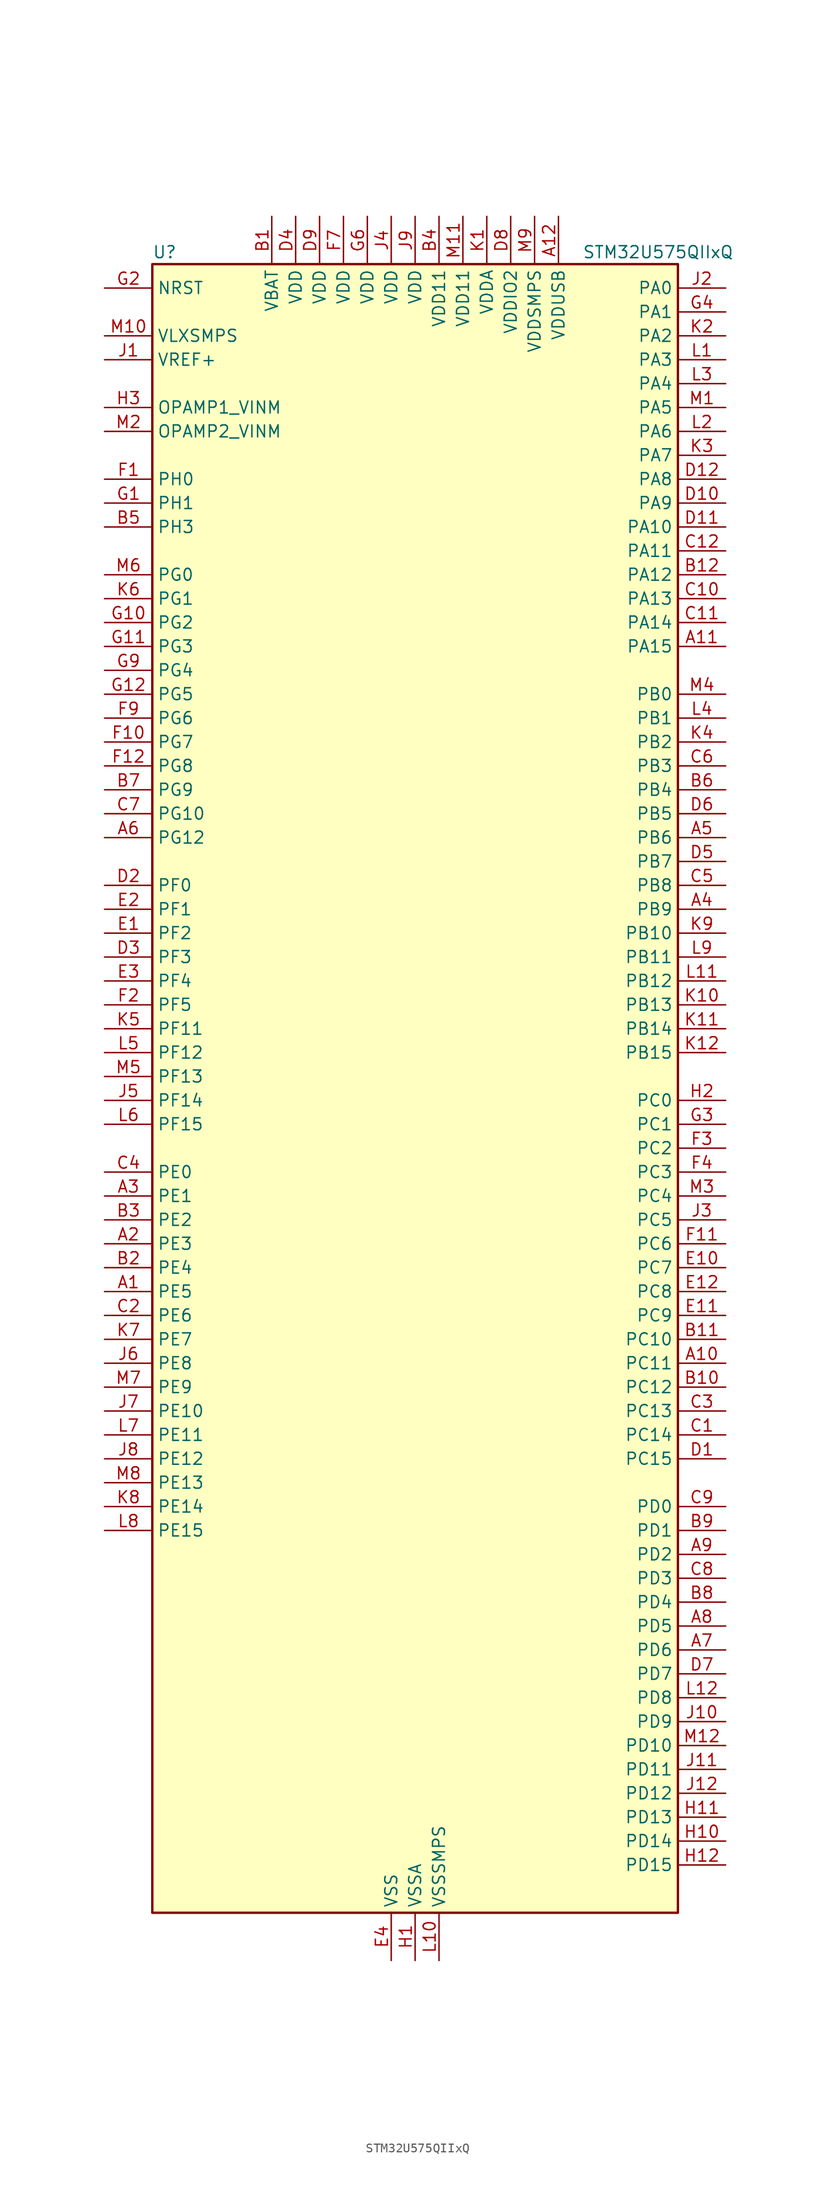
<source format=kicad_sym>
(kicad_symbol_lib
  (version 20220914)
  (generator kicad_symbol_editor)
  (symbol "STM32U575QIIxQ"
    (property "Reference" "U"
      (at -27.94 90.17 0)
      (effects (font (size 1.27 1.27)) (justify left)))
    (property "Value" "STM32U575QIIxQ"
      (at 17.78 90.17 0)
      (effects (font (size 1.27 1.27)) (justify left)))
    (property "ki_locked" ""
      (at 0 0 0)
      (effects (font (size 1.27 1.27))))
    (symbol "STM32U575QIIxQ_0_1"
      (rectangle (start -27.94 -86.36) (end 27.94 88.9) (stroke (width 0.254) (type default)) (fill (type background))))
    (symbol "STM32U575QIIxQ_1_1"
      (pin bidirectional line (at -33.02 -20.32 0) (length 5.08) (name "PE5" (effects (font (size 1.27 1.27)))) (number "A1" (effects (font (size 1.27 1.27)))) (alternate "DCMI_D6" bidirectional line) (alternate "DEBUG_TRACED2" bidirectional line) (alternate "FMC_A21" bidirectional line) (alternate "MDF1_CKI3" bidirectional line) (alternate "PSSI_D6" bidirectional line) (alternate "PWR_WKUP2" bidirectional line) (alternate "SAI1_CK2" bidirectional line) (alternate "SAI1_SCK_A" bidirectional line) (alternate "TAMP_IN8" bidirectional line) (alternate "TAMP_OUT7" bidirectional line) (alternate "TIM3_CH3" bidirectional line) (alternate "TSC_G7_IO4" bidirectional line))
      (pin bidirectional line (at 33.02 -27.94 180) (length 5.08) (name "PC11" (effects (font (size 1.27 1.27)))) (number "A10" (effects (font (size 1.27 1.27)))) (alternate "ADC1_EXTI11" bidirectional line) (alternate "ADF1_SDI0" bidirectional line) (alternate "DCMI_D2" bidirectional line) (alternate "DCMI_D4" bidirectional line) (alternate "LPTIM3_IN1" bidirectional line) (alternate "OCTOSPIM_P1_NCS" bidirectional line) (alternate "PSSI_D2" bidirectional line) (alternate "PSSI_D4" bidirectional line) (alternate "SAI2_MCLK_B" bidirectional line) (alternate "SDMMC1_D3" bidirectional line) (alternate "SPI3_MISO" bidirectional line) (alternate "TSC_G3_IO3" bidirectional line) (alternate "UART4_RX" bidirectional line) (alternate "UCPD1_FRSTX2" bidirectional line) (alternate "USART3_RX" bidirectional line))
      (pin bidirectional line (at 33.02 48.26 180) (length 5.08) (name "PA15" (effects (font (size 1.27 1.27)))) (number "A11" (effects (font (size 1.27 1.27)))) (alternate "ADC1_EXTI15" bidirectional line) (alternate "ADC4_EXTI15" bidirectional line) (alternate "DEBUG_JTDI" bidirectional line) (alternate "SAI2_FS_B" bidirectional line) (alternate "SPI1_NSS" bidirectional line) (alternate "SPI3_NSS" bidirectional line) (alternate "TIM2_CH1" bidirectional line) (alternate "TIM2_ETR" bidirectional line) (alternate "UART4_DE" bidirectional line) (alternate "UART4_RTS" bidirectional line) (alternate "UCPD1_CC1" bidirectional line) (alternate "USART2_RX" bidirectional line) (alternate "USART3_DE" bidirectional line) (alternate "USART3_RTS" bidirectional line))
      (pin power_in line (at 15.24 93.98 270) (length 5.08) (name "VDDUSB" (effects (font (size 1.27 1.27)))) (number "A12" (effects (font (size 1.27 1.27)))))
      (pin bidirectional line (at -33.02 -15.24 0) (length 5.08) (name "PE3" (effects (font (size 1.27 1.27)))) (number "A2" (effects (font (size 1.27 1.27)))) (alternate "DEBUG_TRACED0" bidirectional line) (alternate "FMC_A19" bidirectional line) (alternate "OCTOSPIM_P1_DQS" bidirectional line) (alternate "SAI1_SD_B" bidirectional line) (alternate "TAMP_IN6" bidirectional line) (alternate "TAMP_OUT3" bidirectional line) (alternate "TIM3_CH1" bidirectional line) (alternate "TSC_G7_IO2" bidirectional line))
      (pin bidirectional line (at -33.02 -10.16 0) (length 5.08) (name "PE1" (effects (font (size 1.27 1.27)))) (number "A3" (effects (font (size 1.27 1.27)))) (alternate "DCMI_D3" bidirectional line) (alternate "FMC_NBL1" bidirectional line) (alternate "PSSI_D3" bidirectional line) (alternate "TIM17_CH1" bidirectional line))
      (pin bidirectional line (at 33.02 20.32 180) (length 5.08) (name "PB9" (effects (font (size 1.27 1.27)))) (number "A4" (effects (font (size 1.27 1.27)))) (alternate "DAC1_EXTI9" bidirectional line) (alternate "DCMI_D7" bidirectional line) (alternate "FDCAN1_TX" bidirectional line) (alternate "I2C1_SDA" bidirectional line) (alternate "IR_OUT" bidirectional line) (alternate "PSSI_D7" bidirectional line) (alternate "SAI1_D2" bidirectional line) (alternate "SAI1_FS_A" bidirectional line) (alternate "SDMMC1_CDIR" bidirectional line) (alternate "SDMMC1_D5" bidirectional line) (alternate "SDMMC2_D5" bidirectional line) (alternate "SPI2_NSS" bidirectional line) (alternate "TIM17_CH1" bidirectional line) (alternate "TIM4_CH4" bidirectional line))
      (pin bidirectional line (at 33.02 27.94 180) (length 5.08) (name "PB6" (effects (font (size 1.27 1.27)))) (number "A5" (effects (font (size 1.27 1.27)))) (alternate "COMP2_INP" bidirectional line) (alternate "DCMI_D5" bidirectional line) (alternate "I2C1_SCL" bidirectional line) (alternate "I2C4_SCL" bidirectional line) (alternate "LPTIM1_ETR" bidirectional line) (alternate "MDF1_SDI5" bidirectional line) (alternate "PSSI_D5" bidirectional line) (alternate "PWR_WKUP3" bidirectional line) (alternate "SAI1_FS_B" bidirectional line) (alternate "TIM16_CH1N" bidirectional line) (alternate "TIM4_CH1" bidirectional line) (alternate "TIM8_BKIN2" bidirectional line) (alternate "TSC_G2_IO3" bidirectional line) (alternate "USART1_TX" bidirectional line))
      (pin bidirectional line (at -33.02 27.94 0) (length 5.08) (name "PG12" (effects (font (size 1.27 1.27)))) (number "A6" (effects (font (size 1.27 1.27)))) (alternate "FMC_NE4" bidirectional line) (alternate "LPTIM1_ETR" bidirectional line) (alternate "OCTOSPIM_P2_NCS" bidirectional line) (alternate "SAI2_SD_A" bidirectional line) (alternate "SPI3_NSS" bidirectional line) (alternate "USART1_DE" bidirectional line) (alternate "USART1_RTS" bidirectional line))
      (pin bidirectional line (at 33.02 -58.42 180) (length 5.08) (name "PD6" (effects (font (size 1.27 1.27)))) (number "A7" (effects (font (size 1.27 1.27)))) (alternate "DCMI_D10" bidirectional line) (alternate "FMC_NWAIT" bidirectional line) (alternate "MDF1_SDI1" bidirectional line) (alternate "OCTOSPIM_P1_IO6" bidirectional line) (alternate "PSSI_D10" bidirectional line) (alternate "SAI1_D1" bidirectional line) (alternate "SAI1_SD_A" bidirectional line) (alternate "SDMMC2_CK" bidirectional line) (alternate "SPI3_MOSI" bidirectional line) (alternate "USART2_RX" bidirectional line))
      (pin bidirectional line (at 33.02 -55.88 180) (length 5.08) (name "PD5" (effects (font (size 1.27 1.27)))) (number "A8" (effects (font (size 1.27 1.27)))) (alternate "FMC_NWE" bidirectional line) (alternate "OCTOSPIM_P1_IO5" bidirectional line) (alternate "SPI2_RDY" bidirectional line) (alternate "USART2_TX" bidirectional line))
      (pin bidirectional line (at 33.02 -48.26 180) (length 5.08) (name "PD2" (effects (font (size 1.27 1.27)))) (number "A9" (effects (font (size 1.27 1.27)))) (alternate "DCMI_D11" bidirectional line) (alternate "DEBUG_TRACED2" bidirectional line) (alternate "LPTIM4_ETR" bidirectional line) (alternate "PSSI_D11" bidirectional line) (alternate "SDMMC1_CMD" bidirectional line) (alternate "TIM3_ETR" bidirectional line) (alternate "TSC_SYNC" bidirectional line) (alternate "UART5_RX" bidirectional line) (alternate "USART3_DE" bidirectional line) (alternate "USART3_RTS" bidirectional line))
      (pin power_in line (at -15.24 93.98 270) (length 5.08) (name "VBAT" (effects (font (size 1.27 1.27)))) (number "B1" (effects (font (size 1.27 1.27)))))
      (pin bidirectional line (at 33.02 -30.48 180) (length 5.08) (name "PC12" (effects (font (size 1.27 1.27)))) (number "B10" (effects (font (size 1.27 1.27)))) (alternate "DCMI_D9" bidirectional line) (alternate "DEBUG_TRACED3" bidirectional line) (alternate "PSSI_D9" bidirectional line) (alternate "SAI2_SD_B" bidirectional line) (alternate "SDMMC1_CK" bidirectional line) (alternate "SPI3_MOSI" bidirectional line) (alternate "TSC_G3_IO4" bidirectional line) (alternate "UART5_TX" bidirectional line) (alternate "USART3_CK" bidirectional line))
      (pin bidirectional line (at 33.02 -25.4 180) (length 5.08) (name "PC10" (effects (font (size 1.27 1.27)))) (number "B11" (effects (font (size 1.27 1.27)))) (alternate "ADF1_CCK1" bidirectional line) (alternate "DCMI_D8" bidirectional line) (alternate "DEBUG_TRACED1" bidirectional line) (alternate "LPTIM3_ETR" bidirectional line) (alternate "PSSI_D8" bidirectional line) (alternate "SAI2_SCK_B" bidirectional line) (alternate "SDMMC1_D2" bidirectional line) (alternate "SPI3_SCK" bidirectional line) (alternate "TSC_G3_IO2" bidirectional line) (alternate "UART4_TX" bidirectional line) (alternate "USART3_TX" bidirectional line))
      (pin bidirectional line (at 33.02 55.88 180) (length 5.08) (name "PA12" (effects (font (size 1.27 1.27)))) (number "B12" (effects (font (size 1.27 1.27)))) (alternate "FDCAN1_TX" bidirectional line) (alternate "OCTOSPIM_P2_NCS" bidirectional line) (alternate "SPI1_MOSI" bidirectional line) (alternate "TIM1_ETR" bidirectional line) (alternate "USART1_DE" bidirectional line) (alternate "USART1_RTS" bidirectional line) (alternate "USB_OTG_FS_DP" bidirectional line))
      (pin bidirectional line (at -33.02 -17.78 0) (length 5.08) (name "PE4" (effects (font (size 1.27 1.27)))) (number "B2" (effects (font (size 1.27 1.27)))) (alternate "DCMI_D4" bidirectional line) (alternate "DEBUG_TRACED1" bidirectional line) (alternate "FMC_A20" bidirectional line) (alternate "MDF1_SDI3" bidirectional line) (alternate "PSSI_D4" bidirectional line) (alternate "PWR_WKUP1" bidirectional line) (alternate "SAI1_D2" bidirectional line) (alternate "SAI1_FS_A" bidirectional line) (alternate "TAMP_IN7" bidirectional line) (alternate "TAMP_OUT8" bidirectional line) (alternate "TIM3_CH2" bidirectional line) (alternate "TSC_G7_IO3" bidirectional line))
      (pin bidirectional line (at -33.02 -12.7 0) (length 5.08) (name "PE2" (effects (font (size 1.27 1.27)))) (number "B3" (effects (font (size 1.27 1.27)))) (alternate "DEBUG_TRACECLK" bidirectional line) (alternate "FMC_A23" bidirectional line) (alternate "SAI1_CK1" bidirectional line) (alternate "SAI1_MCLK_A" bidirectional line) (alternate "TIM3_ETR" bidirectional line) (alternate "TSC_G7_IO1" bidirectional line))
      (pin power_in line (at 2.54 93.98 270) (length 5.08) (name "VDD11" (effects (font (size 1.27 1.27)))) (number "B4" (effects (font (size 1.27 1.27)))))
      (pin bidirectional line (at -33.02 60.96 0) (length 5.08) (name "PH3" (effects (font (size 1.27 1.27)))) (number "B5" (effects (font (size 1.27 1.27)))))
      (pin bidirectional line (at 33.02 33.02 180) (length 5.08) (name "PB4" (effects (font (size 1.27 1.27)))) (number "B6" (effects (font (size 1.27 1.27)))) (alternate "ADF1_SDI0" bidirectional line) (alternate "COMP2_INP" bidirectional line) (alternate "DCMI_D12" bidirectional line) (alternate "DEBUG_JTRST" bidirectional line) (alternate "I2C3_SDA" bidirectional line) (alternate "LPTIM1_CH2" bidirectional line) (alternate "PSSI_D12" bidirectional line) (alternate "SAI1_MCLK_B" bidirectional line) (alternate "SDMMC2_D3" bidirectional line) (alternate "SPI1_MISO" bidirectional line) (alternate "SPI3_MISO" bidirectional line) (alternate "TIM17_BKIN" bidirectional line) (alternate "TIM3_CH1" bidirectional line) (alternate "TSC_G2_IO1" bidirectional line) (alternate "UART5_DE" bidirectional line) (alternate "UART5_RTS" bidirectional line) (alternate "USART1_CTS" bidirectional line))
      (pin bidirectional line (at -33.02 33.02 0) (length 5.08) (name "PG9" (effects (font (size 1.27 1.27)))) (number "B7" (effects (font (size 1.27 1.27)))) (alternate "DAC1_EXTI9" bidirectional line) (alternate "FMC_NCE" bidirectional line) (alternate "FMC_NE2" bidirectional line) (alternate "OCTOSPIM_P2_IO6" bidirectional line) (alternate "SAI2_SCK_A" bidirectional line) (alternate "SPI3_SCK" bidirectional line) (alternate "TIM15_CH1N" bidirectional line) (alternate "USART1_TX" bidirectional line))
      (pin bidirectional line (at 33.02 -53.34 180) (length 5.08) (name "PD4" (effects (font (size 1.27 1.27)))) (number "B8" (effects (font (size 1.27 1.27)))) (alternate "FMC_NOE" bidirectional line) (alternate "MDF1_CKI0" bidirectional line) (alternate "OCTOSPIM_P1_IO4" bidirectional line) (alternate "SPI2_MOSI" bidirectional line) (alternate "USART2_DE" bidirectional line) (alternate "USART2_RTS" bidirectional line))
      (pin bidirectional line (at 33.02 -45.72 180) (length 5.08) (name "PD1" (effects (font (size 1.27 1.27)))) (number "B9" (effects (font (size 1.27 1.27)))) (alternate "FDCAN1_TX" bidirectional line) (alternate "FMC_D3" bidirectional line) (alternate "FMC_DA3" bidirectional line) (alternate "SPI2_SCK" bidirectional line))
      (pin bidirectional line (at 33.02 -35.56 180) (length 5.08) (name "PC14" (effects (font (size 1.27 1.27)))) (number "C1" (effects (font (size 1.27 1.27)))) (alternate "RCC_OSC32_IN" bidirectional line))
      (pin bidirectional line (at 33.02 53.34 180) (length 5.08) (name "PA13" (effects (font (size 1.27 1.27)))) (number "C10" (effects (font (size 1.27 1.27)))) (alternate "DEBUG_JTMS-SWDIO" bidirectional line) (alternate "IR_OUT" bidirectional line) (alternate "SAI1_SD_B" bidirectional line) (alternate "USB_OTG_FS_NOE" bidirectional line))
      (pin bidirectional line (at 33.02 50.8 180) (length 5.08) (name "PA14" (effects (font (size 1.27 1.27)))) (number "C11" (effects (font (size 1.27 1.27)))) (alternate "DEBUG_JTCK-SWCLK" bidirectional line) (alternate "I2C1_SMBA" bidirectional line) (alternate "I2C4_SMBA" bidirectional line) (alternate "LPTIM1_CH1" bidirectional line) (alternate "SAI1_FS_B" bidirectional line) (alternate "USB_OTG_FS_SOF" bidirectional line))
      (pin bidirectional line (at 33.02 58.42 180) (length 5.08) (name "PA11" (effects (font (size 1.27 1.27)))) (number "C12" (effects (font (size 1.27 1.27)))) (alternate "ADC1_EXTI11" bidirectional line) (alternate "FDCAN1_RX" bidirectional line) (alternate "SPI1_MISO" bidirectional line) (alternate "TIM1_BKIN2" bidirectional line) (alternate "TIM1_CH4" bidirectional line) (alternate "USART1_CTS" bidirectional line) (alternate "USB_OTG_FS_DM" bidirectional line))
      (pin bidirectional line (at -33.02 -22.86 0) (length 5.08) (name "PE6" (effects (font (size 1.27 1.27)))) (number "C2" (effects (font (size 1.27 1.27)))) (alternate "DCMI_D7" bidirectional line) (alternate "DEBUG_TRACED3" bidirectional line) (alternate "FMC_A22" bidirectional line) (alternate "PSSI_D7" bidirectional line) (alternate "PWR_WKUP3" bidirectional line) (alternate "SAI1_D1" bidirectional line) (alternate "SAI1_SD_A" bidirectional line) (alternate "TAMP_IN3" bidirectional line) (alternate "TAMP_OUT6" bidirectional line) (alternate "TIM3_CH4" bidirectional line))
      (pin bidirectional line (at 33.02 -33.02 180) (length 5.08) (name "PC13" (effects (font (size 1.27 1.27)))) (number "C3" (effects (font (size 1.27 1.27)))) (alternate "PWR_WKUP2" bidirectional line) (alternate "RTC_OUT1" bidirectional line) (alternate "RTC_TS" bidirectional line) (alternate "TAMP_IN1" bidirectional line) (alternate "TAMP_OUT2" bidirectional line))
      (pin bidirectional line (at -33.02 -7.62 0) (length 5.08) (name "PE0" (effects (font (size 1.27 1.27)))) (number "C4" (effects (font (size 1.27 1.27)))) (alternate "DCMI_D2" bidirectional line) (alternate "FMC_NBL0" bidirectional line) (alternate "PSSI_D2" bidirectional line) (alternate "TIM16_CH1" bidirectional line) (alternate "TIM4_ETR" bidirectional line))
      (pin bidirectional line (at 33.02 22.86 180) (length 5.08) (name "PB8" (effects (font (size 1.27 1.27)))) (number "C5" (effects (font (size 1.27 1.27)))) (alternate "DCMI_D6" bidirectional line) (alternate "FDCAN1_RX" bidirectional line) (alternate "I2C1_SCL" bidirectional line) (alternate "MDF1_CCK0" bidirectional line) (alternate "PSSI_D6" bidirectional line) (alternate "PWR_WKUP5" bidirectional line) (alternate "SAI1_CK1" bidirectional line) (alternate "SAI1_MCLK_A" bidirectional line) (alternate "SDMMC1_CKIN" bidirectional line) (alternate "SDMMC1_D4" bidirectional line) (alternate "SDMMC2_D4" bidirectional line) (alternate "SPI3_RDY" bidirectional line) (alternate "TIM16_CH1" bidirectional line) (alternate "TIM4_CH3" bidirectional line))
      (pin bidirectional line (at 33.02 35.56 180) (length 5.08) (name "PB3" (effects (font (size 1.27 1.27)))) (number "C6" (effects (font (size 1.27 1.27)))) (alternate "ADF1_CCK0" bidirectional line) (alternate "COMP2_INM" bidirectional line) (alternate "CRS_SYNC" bidirectional line) (alternate "DEBUG_JTDO-SWO" bidirectional line) (alternate "I2C1_SDA" bidirectional line) (alternate "LPTIM1_CH1" bidirectional line) (alternate "SAI1_SCK_B" bidirectional line) (alternate "SDMMC2_D2" bidirectional line) (alternate "SPI1_SCK" bidirectional line) (alternate "SPI3_SCK" bidirectional line) (alternate "TIM2_CH2" bidirectional line) (alternate "USART1_DE" bidirectional line) (alternate "USART1_RTS" bidirectional line))
      (pin bidirectional line (at -33.02 30.48 0) (length 5.08) (name "PG10" (effects (font (size 1.27 1.27)))) (number "C7" (effects (font (size 1.27 1.27)))) (alternate "FMC_NE3" bidirectional line) (alternate "LPTIM1_IN1" bidirectional line) (alternate "OCTOSPIM_P2_IO7" bidirectional line) (alternate "SAI2_FS_A" bidirectional line) (alternate "SPI3_MISO" bidirectional line) (alternate "TIM15_CH1" bidirectional line) (alternate "USART1_RX" bidirectional line))
      (pin bidirectional line (at 33.02 -50.8 180) (length 5.08) (name "PD3" (effects (font (size 1.27 1.27)))) (number "C8" (effects (font (size 1.27 1.27)))) (alternate "DCMI_D5" bidirectional line) (alternate "FMC_CLK" bidirectional line) (alternate "MDF1_SDI0" bidirectional line) (alternate "OCTOSPIM_P2_NCS" bidirectional line) (alternate "PSSI_D5" bidirectional line) (alternate "SPI2_MISO" bidirectional line) (alternate "SPI2_SCK" bidirectional line) (alternate "USART2_CTS" bidirectional line))
      (pin bidirectional line (at 33.02 -43.18 180) (length 5.08) (name "PD0" (effects (font (size 1.27 1.27)))) (number "C9" (effects (font (size 1.27 1.27)))) (alternate "FDCAN1_RX" bidirectional line) (alternate "FMC_D2" bidirectional line) (alternate "FMC_DA2" bidirectional line) (alternate "SPI2_NSS" bidirectional line) (alternate "TIM8_CH4N" bidirectional line))
      (pin bidirectional line (at 33.02 -38.1 180) (length 5.08) (name "PC15" (effects (font (size 1.27 1.27)))) (number "D1" (effects (font (size 1.27 1.27)))) (alternate "ADC1_EXTI15" bidirectional line) (alternate "ADC4_EXTI15" bidirectional line) (alternate "RCC_OSC32_OUT" bidirectional line))
      (pin bidirectional line (at 33.02 63.5 180) (length 5.08) (name "PA9" (effects (font (size 1.27 1.27)))) (number "D10" (effects (font (size 1.27 1.27)))) (alternate "DAC1_EXTI9" bidirectional line) (alternate "DCMI_D0" bidirectional line) (alternate "PSSI_D0" bidirectional line) (alternate "SAI1_FS_A" bidirectional line) (alternate "SPI2_SCK" bidirectional line) (alternate "TIM15_BKIN" bidirectional line) (alternate "TIM1_CH2" bidirectional line) (alternate "USART1_TX" bidirectional line) (alternate "USB_OTG_FS_VBUS" bidirectional line))
      (pin bidirectional line (at 33.02 60.96 180) (length 5.08) (name "PA10" (effects (font (size 1.27 1.27)))) (number "D11" (effects (font (size 1.27 1.27)))) (alternate "CRS_SYNC" bidirectional line) (alternate "DCMI_D1" bidirectional line) (alternate "LPTIM2_IN2" bidirectional line) (alternate "PSSI_D1" bidirectional line) (alternate "SAI1_D1" bidirectional line) (alternate "SAI1_SD_A" bidirectional line) (alternate "TIM17_BKIN" bidirectional line) (alternate "TIM1_CH3" bidirectional line) (alternate "USART1_RX" bidirectional line) (alternate "USB_OTG_FS_ID" bidirectional line))
      (pin bidirectional line (at 33.02 66.04 180) (length 5.08) (name "PA8" (effects (font (size 1.27 1.27)))) (number "D12" (effects (font (size 1.27 1.27)))) (alternate "DEBUG_TRACECLK" bidirectional line) (alternate "LPTIM2_CH1" bidirectional line) (alternate "RCC_MCO" bidirectional line) (alternate "SAI1_CK2" bidirectional line) (alternate "SAI1_SCK_A" bidirectional line) (alternate "SPI1_RDY" bidirectional line) (alternate "TIM1_CH1" bidirectional line) (alternate "USART1_CK" bidirectional line) (alternate "USB_OTG_FS_SOF" bidirectional line))
      (pin bidirectional line (at -33.02 22.86 0) (length 5.08) (name "PF0" (effects (font (size 1.27 1.27)))) (number "D2" (effects (font (size 1.27 1.27)))) (alternate "FMC_A0" bidirectional line) (alternate "I2C2_SDA" bidirectional line) (alternate "OCTOSPIM_P2_IO0" bidirectional line))
      (pin bidirectional line (at -33.02 15.24 0) (length 5.08) (name "PF3" (effects (font (size 1.27 1.27)))) (number "D3" (effects (font (size 1.27 1.27)))) (alternate "FMC_A3" bidirectional line) (alternate "LPTIM3_IN1" bidirectional line) (alternate "OCTOSPIM_P2_IO3" bidirectional line))
      (pin power_in line (at -12.7 93.98 270) (length 5.08) (name "VDD" (effects (font (size 1.27 1.27)))) (number "D4" (effects (font (size 1.27 1.27)))))
      (pin bidirectional line (at 33.02 25.4 180) (length 5.08) (name "PB7" (effects (font (size 1.27 1.27)))) (number "D5" (effects (font (size 1.27 1.27)))) (alternate "COMP2_INM" bidirectional line) (alternate "DCMI_VSYNC" bidirectional line) (alternate "FMC_NL" bidirectional line) (alternate "I2C1_SDA" bidirectional line) (alternate "I2C4_SDA" bidirectional line) (alternate "LPTIM1_IN2" bidirectional line) (alternate "MDF1_CKI5" bidirectional line) (alternate "PSSI_RDY" bidirectional line) (alternate "PWR_PVD_IN" bidirectional line) (alternate "PWR_WKUP4" bidirectional line) (alternate "TIM17_CH1N" bidirectional line) (alternate "TIM4_CH2" bidirectional line) (alternate "TIM8_BKIN" bidirectional line) (alternate "TSC_G2_IO4" bidirectional line) (alternate "UART4_CTS" bidirectional line) (alternate "USART1_RX" bidirectional line))
      (pin bidirectional line (at 33.02 30.48 180) (length 5.08) (name "PB5" (effects (font (size 1.27 1.27)))) (number "D6" (effects (font (size 1.27 1.27)))) (alternate "COMP2_OUT" bidirectional line) (alternate "DCMI_D10" bidirectional line) (alternate "I2C1_SMBA" bidirectional line) (alternate "LPTIM1_IN1" bidirectional line) (alternate "OCTOSPIM_P1_NCLK" bidirectional line) (alternate "PSSI_D10" bidirectional line) (alternate "PWR_WKUP6" bidirectional line) (alternate "SAI1_SD_B" bidirectional line) (alternate "SPI1_MOSI" bidirectional line) (alternate "SPI3_MOSI" bidirectional line) (alternate "TIM16_BKIN" bidirectional line) (alternate "TIM3_CH2" bidirectional line) (alternate "TSC_G2_IO2" bidirectional line) (alternate "UART5_CTS" bidirectional line) (alternate "UCPD1_DBCC1" bidirectional line) (alternate "USART1_CK" bidirectional line))
      (pin bidirectional line (at 33.02 -60.96 180) (length 5.08) (name "PD7" (effects (font (size 1.27 1.27)))) (number "D7" (effects (font (size 1.27 1.27)))) (alternate "FMC_NCE" bidirectional line) (alternate "FMC_NE1" bidirectional line) (alternate "LPTIM4_OUT" bidirectional line) (alternate "MDF1_CKI1" bidirectional line) (alternate "OCTOSPIM_P1_IO7" bidirectional line) (alternate "SDMMC2_CMD" bidirectional line) (alternate "USART2_CK" bidirectional line))
      (pin power_in line (at 10.16 93.98 270) (length 5.08) (name "VDDIO2" (effects (font (size 1.27 1.27)))) (number "D8" (effects (font (size 1.27 1.27)))))
      (pin power_in line (at -10.16 93.98 270) (length 5.08) (name "VDD" (effects (font (size 1.27 1.27)))) (number "D9" (effects (font (size 1.27 1.27)))))
      (pin bidirectional line (at -33.02 17.78 0) (length 5.08) (name "PF2" (effects (font (size 1.27 1.27)))) (number "E1" (effects (font (size 1.27 1.27)))) (alternate "FMC_A2" bidirectional line) (alternate "I2C2_SMBA" bidirectional line) (alternate "LPTIM3_CH2" bidirectional line) (alternate "OCTOSPIM_P2_IO2" bidirectional line) (alternate "PWR_WKUP8" bidirectional line))
      (pin bidirectional line (at 33.02 -17.78 180) (length 5.08) (name "PC7" (effects (font (size 1.27 1.27)))) (number "E10" (effects (font (size 1.27 1.27)))) (alternate "DCMI_D1" bidirectional line) (alternate "LPTIM2_CH2" bidirectional line) (alternate "MDF1_SDI3" bidirectional line) (alternate "PSSI_D1" bidirectional line) (alternate "PWR_CDSTOP" bidirectional line) (alternate "SAI2_MCLK_B" bidirectional line) (alternate "SDMMC1_D123DIR" bidirectional line) (alternate "SDMMC1_D7" bidirectional line) (alternate "SDMMC2_D7" bidirectional line) (alternate "TIM3_CH2" bidirectional line) (alternate "TIM8_CH2" bidirectional line) (alternate "TSC_G4_IO2" bidirectional line))
      (pin bidirectional line (at 33.02 -22.86 180) (length 5.08) (name "PC9" (effects (font (size 1.27 1.27)))) (number "E11" (effects (font (size 1.27 1.27)))) (alternate "DAC1_EXTI9" bidirectional line) (alternate "DCMI_D3" bidirectional line) (alternate "DEBUG_TRACED0" bidirectional line) (alternate "LPTIM3_CH2" bidirectional line) (alternate "PSSI_D3" bidirectional line) (alternate "SDMMC1_D1" bidirectional line) (alternate "TIM3_CH4" bidirectional line) (alternate "TIM8_BKIN2" bidirectional line) (alternate "TIM8_CH4" bidirectional line) (alternate "TSC_G4_IO4" bidirectional line) (alternate "USB_OTG_FS_NOE" bidirectional line))
      (pin bidirectional line (at 33.02 -20.32 180) (length 5.08) (name "PC8" (effects (font (size 1.27 1.27)))) (number "E12" (effects (font (size 1.27 1.27)))) (alternate "DCMI_D2" bidirectional line) (alternate "LPTIM3_CH1" bidirectional line) (alternate "PSSI_D2" bidirectional line) (alternate "PWR_SRDSTOP" bidirectional line) (alternate "SDMMC1_D0" bidirectional line) (alternate "TIM3_CH3" bidirectional line) (alternate "TIM8_CH3" bidirectional line) (alternate "TSC_G4_IO3" bidirectional line))
      (pin bidirectional line (at -33.02 20.32 0) (length 5.08) (name "PF1" (effects (font (size 1.27 1.27)))) (number "E2" (effects (font (size 1.27 1.27)))) (alternate "FMC_A1" bidirectional line) (alternate "I2C2_SCL" bidirectional line) (alternate "OCTOSPIM_P2_IO1" bidirectional line))
      (pin bidirectional line (at -33.02 12.7 0) (length 5.08) (name "PF4" (effects (font (size 1.27 1.27)))) (number "E3" (effects (font (size 1.27 1.27)))) (alternate "FMC_A4" bidirectional line) (alternate "LPTIM3_ETR" bidirectional line) (alternate "OCTOSPIM_P2_CLK" bidirectional line))
      (pin power_in line (at -2.54 -91.44 90) (length 5.08) (name "VSS" (effects (font (size 1.27 1.27)))) (number "E4" (effects (font (size 1.27 1.27)))))
      (pin passive line (at -2.54 -91.44 90) (length 5.08) hide (name "VSS" (effects (font (size 1.27 1.27)))) (number "E9" (effects (font (size 1.27 1.27)))))
      (pin bidirectional line (at -33.02 66.04 0) (length 5.08) (name "PH0" (effects (font (size 1.27 1.27)))) (number "F1" (effects (font (size 1.27 1.27)))) (alternate "RCC_OSC_IN" bidirectional line))
      (pin bidirectional line (at -33.02 38.1 0) (length 5.08) (name "PG7" (effects (font (size 1.27 1.27)))) (number "F10" (effects (font (size 1.27 1.27)))) (alternate "FMC_INT" bidirectional line) (alternate "I2C3_SCL" bidirectional line) (alternate "LPUART1_TX" bidirectional line) (alternate "MDF1_CCK0" bidirectional line) (alternate "OCTOSPIM_P2_DQS" bidirectional line) (alternate "SAI1_CK1" bidirectional line) (alternate "SAI1_MCLK_A" bidirectional line) (alternate "UCPD1_FRSTX2" bidirectional line))
      (pin bidirectional line (at 33.02 -15.24 180) (length 5.08) (name "PC6" (effects (font (size 1.27 1.27)))) (number "F11" (effects (font (size 1.27 1.27)))) (alternate "DCMI_D0" bidirectional line) (alternate "MDF1_CKI3" bidirectional line) (alternate "PSSI_D0" bidirectional line) (alternate "PWR_CSLEEP" bidirectional line) (alternate "SAI2_MCLK_A" bidirectional line) (alternate "SDMMC1_D0DIR" bidirectional line) (alternate "SDMMC1_D6" bidirectional line) (alternate "SDMMC2_D6" bidirectional line) (alternate "TIM3_CH1" bidirectional line) (alternate "TIM8_CH1" bidirectional line) (alternate "TSC_G4_IO1" bidirectional line))
      (pin bidirectional line (at -33.02 35.56 0) (length 5.08) (name "PG8" (effects (font (size 1.27 1.27)))) (number "F12" (effects (font (size 1.27 1.27)))) (alternate "I2C3_SDA" bidirectional line) (alternate "LPUART1_RX" bidirectional line))
      (pin bidirectional line (at -33.02 10.16 0) (length 5.08) (name "PF5" (effects (font (size 1.27 1.27)))) (number "F2" (effects (font (size 1.27 1.27)))) (alternate "FMC_A5" bidirectional line) (alternate "LPTIM3_CH1" bidirectional line) (alternate "OCTOSPIM_P2_NCLK" bidirectional line))
      (pin bidirectional line (at 33.02 -5.08 180) (length 5.08) (name "PC2" (effects (font (size 1.27 1.27)))) (number "F3" (effects (font (size 1.27 1.27)))) (alternate "ADC1_IN3" bidirectional line) (alternate "ADC4_IN3" bidirectional line) (alternate "LPTIM1_IN2" bidirectional line) (alternate "MDF1_CCK1" bidirectional line) (alternate "OCTOSPIM_P1_IO5" bidirectional line) (alternate "SPI2_MISO" bidirectional line))
      (pin bidirectional line (at 33.02 -7.62 180) (length 5.08) (name "PC3" (effects (font (size 1.27 1.27)))) (number "F4" (effects (font (size 1.27 1.27)))) (alternate "ADC1_IN4" bidirectional line) (alternate "ADC4_IN4" bidirectional line) (alternate "LPTIM1_ETR" bidirectional line) (alternate "LPTIM2_ETR" bidirectional line) (alternate "LPTIM3_CH1" bidirectional line) (alternate "OCTOSPIM_P1_IO6" bidirectional line) (alternate "SAI1_D1" bidirectional line) (alternate "SAI1_SD_A" bidirectional line) (alternate "SPI2_MOSI" bidirectional line))
      (pin passive line (at -2.54 -91.44 90) (length 5.08) hide (name "VSS" (effects (font (size 1.27 1.27)))) (number "F6" (effects (font (size 1.27 1.27)))))
      (pin power_in line (at -7.62 93.98 270) (length 5.08) (name "VDD" (effects (font (size 1.27 1.27)))) (number "F7" (effects (font (size 1.27 1.27)))))
      (pin bidirectional line (at -33.02 40.64 0) (length 5.08) (name "PG6" (effects (font (size 1.27 1.27)))) (number "F9" (effects (font (size 1.27 1.27)))) (alternate "I2C3_SMBA" bidirectional line) (alternate "LPUART1_DE" bidirectional line) (alternate "LPUART1_RTS" bidirectional line) (alternate "OCTOSPIM_P1_DQS" bidirectional line) (alternate "SPI1_RDY" bidirectional line) (alternate "UCPD1_FRSTX1" bidirectional line))
      (pin bidirectional line (at -33.02 63.5 0) (length 5.08) (name "PH1" (effects (font (size 1.27 1.27)))) (number "G1" (effects (font (size 1.27 1.27)))) (alternate "RCC_OSC_OUT" bidirectional line))
      (pin bidirectional line (at -33.02 50.8 0) (length 5.08) (name "PG2" (effects (font (size 1.27 1.27)))) (number "G10" (effects (font (size 1.27 1.27)))) (alternate "FMC_A12" bidirectional line) (alternate "SAI2_SCK_B" bidirectional line) (alternate "SPI1_SCK" bidirectional line))
      (pin bidirectional line (at -33.02 48.26 0) (length 5.08) (name "PG3" (effects (font (size 1.27 1.27)))) (number "G11" (effects (font (size 1.27 1.27)))) (alternate "FMC_A13" bidirectional line) (alternate "SAI2_FS_B" bidirectional line) (alternate "SPI1_MISO" bidirectional line))
      (pin bidirectional line (at -33.02 43.18 0) (length 5.08) (name "PG5" (effects (font (size 1.27 1.27)))) (number "G12" (effects (font (size 1.27 1.27)))) (alternate "FMC_A15" bidirectional line) (alternate "LPUART1_CTS" bidirectional line) (alternate "SAI2_SD_B" bidirectional line) (alternate "SPI1_NSS" bidirectional line))
      (pin input line (at -33.02 86.36 0) (length 5.08) (name "NRST" (effects (font (size 1.27 1.27)))) (number "G2" (effects (font (size 1.27 1.27)))))
      (pin bidirectional line (at 33.02 -2.54 180) (length 5.08) (name "PC1" (effects (font (size 1.27 1.27)))) (number "G3" (effects (font (size 1.27 1.27)))) (alternate "ADC1_IN2" bidirectional line) (alternate "ADC4_IN2" bidirectional line) (alternate "DEBUG_TRACED0" bidirectional line) (alternate "I2C3_SDA" bidirectional line) (alternate "LPTIM1_CH1" bidirectional line) (alternate "LPUART1_TX" bidirectional line) (alternate "MDF1_CKI4" bidirectional line) (alternate "OCTOSPIM_P1_IO4" bidirectional line) (alternate "SAI1_SD_A" bidirectional line) (alternate "SDMMC2_CK" bidirectional line) (alternate "SPI2_MOSI" bidirectional line))
      (pin bidirectional line (at 33.02 83.82 180) (length 5.08) (name "PA1" (effects (font (size 1.27 1.27)))) (number "G4" (effects (font (size 1.27 1.27)))) (alternate "ADC1_IN6" bidirectional line) (alternate "I2C1_SMBA" bidirectional line) (alternate "LPTIM1_CH2" bidirectional line) (alternate "OCTOSPIM_P1_DQS" bidirectional line) (alternate "OPAMP1_VINM" bidirectional line) (alternate "PWR_WKUP3" bidirectional line) (alternate "SPI1_SCK" bidirectional line) (alternate "TAMP_IN5" bidirectional line) (alternate "TAMP_OUT4" bidirectional line) (alternate "TIM15_CH1N" bidirectional line) (alternate "TIM2_CH2" bidirectional line) (alternate "TIM5_CH2" bidirectional line) (alternate "UART4_RX" bidirectional line) (alternate "USART2_DE" bidirectional line) (alternate "USART2_RTS" bidirectional line))
      (pin power_in line (at -5.08 93.98 270) (length 5.08) (name "VDD" (effects (font (size 1.27 1.27)))) (number "G6" (effects (font (size 1.27 1.27)))))
      (pin passive line (at -2.54 -91.44 90) (length 5.08) hide (name "VSS" (effects (font (size 1.27 1.27)))) (number "G7" (effects (font (size 1.27 1.27)))))
      (pin bidirectional line (at -33.02 45.72 0) (length 5.08) (name "PG4" (effects (font (size 1.27 1.27)))) (number "G9" (effects (font (size 1.27 1.27)))) (alternate "FMC_A14" bidirectional line) (alternate "SAI2_MCLK_B" bidirectional line) (alternate "SPI1_MOSI" bidirectional line))
      (pin power_in line (at 0 -91.44 90) (length 5.08) (name "VSSA" (effects (font (size 1.27 1.27)))) (number "H1" (effects (font (size 1.27 1.27)))))
      (pin bidirectional line (at 33.02 -78.74 180) (length 5.08) (name "PD14" (effects (font (size 1.27 1.27)))) (number "H10" (effects (font (size 1.27 1.27)))) (alternate "FMC_D0" bidirectional line) (alternate "FMC_DA0" bidirectional line) (alternate "LPTIM3_CH1" bidirectional line) (alternate "TIM4_CH3" bidirectional line))
      (pin bidirectional line (at 33.02 -76.2 180) (length 5.08) (name "PD13" (effects (font (size 1.27 1.27)))) (number "H11" (effects (font (size 1.27 1.27)))) (alternate "ADC4_IN17" bidirectional line) (alternate "FMC_A18" bidirectional line) (alternate "I2C4_SDA" bidirectional line) (alternate "LPTIM2_CH1" bidirectional line) (alternate "LPTIM4_IN1" bidirectional line) (alternate "TIM4_CH2" bidirectional line) (alternate "TSC_G6_IO4" bidirectional line))
      (pin bidirectional line (at 33.02 -81.28 180) (length 5.08) (name "PD15" (effects (font (size 1.27 1.27)))) (number "H12" (effects (font (size 1.27 1.27)))) (alternate "ADC1_EXTI15" bidirectional line) (alternate "ADC4_EXTI15" bidirectional line) (alternate "FMC_D1" bidirectional line) (alternate "FMC_DA1" bidirectional line) (alternate "LPTIM3_CH2" bidirectional line) (alternate "TIM4_CH4" bidirectional line))
      (pin bidirectional line (at 33.02 0 180) (length 5.08) (name "PC0" (effects (font (size 1.27 1.27)))) (number "H2" (effects (font (size 1.27 1.27)))) (alternate "ADC1_IN1" bidirectional line) (alternate "ADC4_IN1" bidirectional line) (alternate "I2C3_SCL" bidirectional line) (alternate "LPTIM1_IN1" bidirectional line) (alternate "LPTIM2_IN1" bidirectional line) (alternate "LPUART1_RX" bidirectional line) (alternate "MDF1_SDI4" bidirectional line) (alternate "OCTOSPIM_P1_IO7" bidirectional line) (alternate "SAI2_FS_A" bidirectional line) (alternate "SDMMC1_D5" bidirectional line) (alternate "SPI2_RDY" bidirectional line))
      (pin bidirectional line (at -33.02 73.66 0) (length 5.08) (name "OPAMP1_VINM" (effects (font (size 1.27 1.27)))) (number "H3" (effects (font (size 1.27 1.27)))) (alternate "OPAMP1_VINM" bidirectional line))
      (pin passive line (at -2.54 -91.44 90) (length 5.08) hide (name "VSS" (effects (font (size 1.27 1.27)))) (number "H4" (effects (font (size 1.27 1.27)))))
      (pin passive line (at -2.54 -91.44 90) (length 5.08) hide (name "VSS" (effects (font (size 1.27 1.27)))) (number "H9" (effects (font (size 1.27 1.27)))))
      (pin input line (at -33.02 78.74 0) (length 5.08) (name "VREF+" (effects (font (size 1.27 1.27)))) (number "J1" (effects (font (size 1.27 1.27)))) (alternate "VREFBUF_OUT" bidirectional line))
      (pin bidirectional line (at 33.02 -66.04 180) (length 5.08) (name "PD9" (effects (font (size 1.27 1.27)))) (number "J10" (effects (font (size 1.27 1.27)))) (alternate "DAC1_EXTI9" bidirectional line) (alternate "DCMI_PIXCLK" bidirectional line) (alternate "FMC_D14" bidirectional line) (alternate "FMC_DA14" bidirectional line) (alternate "LPTIM2_IN2" bidirectional line) (alternate "LPTIM3_IN1" bidirectional line) (alternate "PSSI_PDCK" bidirectional line) (alternate "SAI2_MCLK_A" bidirectional line) (alternate "USART3_RX" bidirectional line))
      (pin bidirectional line (at 33.02 -71.12 180) (length 5.08) (name "PD11" (effects (font (size 1.27 1.27)))) (number "J11" (effects (font (size 1.27 1.27)))) (alternate "ADC1_EXTI11" bidirectional line) (alternate "ADC4_IN15" bidirectional line) (alternate "FMC_A16" bidirectional line) (alternate "FMC_CLE" bidirectional line) (alternate "I2C4_SMBA" bidirectional line) (alternate "LPTIM2_ETR" bidirectional line) (alternate "SAI2_SD_A" bidirectional line) (alternate "TSC_G6_IO2" bidirectional line) (alternate "USART3_CTS" bidirectional line))
      (pin bidirectional line (at 33.02 -73.66 180) (length 5.08) (name "PD12" (effects (font (size 1.27 1.27)))) (number "J12" (effects (font (size 1.27 1.27)))) (alternate "ADC4_IN16" bidirectional line) (alternate "FMC_A17" bidirectional line) (alternate "FMC_ALE" bidirectional line) (alternate "I2C4_SCL" bidirectional line) (alternate "LPTIM2_IN1" bidirectional line) (alternate "SAI2_FS_A" bidirectional line) (alternate "TIM4_CH1" bidirectional line) (alternate "TSC_G6_IO3" bidirectional line) (alternate "USART3_DE" bidirectional line) (alternate "USART3_RTS" bidirectional line))
      (pin bidirectional line (at 33.02 86.36 180) (length 5.08) (name "PA0" (effects (font (size 1.27 1.27)))) (number "J2" (effects (font (size 1.27 1.27)))) (alternate "ADC1_IN5" bidirectional line) (alternate "AUDIOCLK" bidirectional line) (alternate "OCTOSPIM_P2_NCS" bidirectional line) (alternate "OPAMP1_VINP" bidirectional line) (alternate "PWR_WKUP1" bidirectional line) (alternate "SDMMC2_CMD" bidirectional line) (alternate "SPI3_RDY" bidirectional line) (alternate "TAMP_IN2" bidirectional line) (alternate "TAMP_OUT1" bidirectional line) (alternate "TIM2_CH1" bidirectional line) (alternate "TIM2_ETR" bidirectional line) (alternate "TIM5_CH1" bidirectional line) (alternate "TIM8_ETR" bidirectional line) (alternate "UART4_TX" bidirectional line) (alternate "USART2_CTS" bidirectional line))
      (pin bidirectional line (at 33.02 -12.7 180) (length 5.08) (name "PC5" (effects (font (size 1.27 1.27)))) (number "J3" (effects (font (size 1.27 1.27)))) (alternate "ADC1_IN14" bidirectional line) (alternate "ADC4_IN23" bidirectional line) (alternate "COMP1_INP" bidirectional line) (alternate "PSSI_D15" bidirectional line) (alternate "PWR_WKUP5" bidirectional line) (alternate "SAI1_D3" bidirectional line) (alternate "TAMP_IN4" bidirectional line) (alternate "TAMP_OUT5" bidirectional line) (alternate "TIM1_CH4N" bidirectional line) (alternate "USART3_RX" bidirectional line))
      (pin power_in line (at -2.54 93.98 270) (length 5.08) (name "VDD" (effects (font (size 1.27 1.27)))) (number "J4" (effects (font (size 1.27 1.27)))))
      (pin bidirectional line (at -33.02 0 0) (length 5.08) (name "PF14" (effects (font (size 1.27 1.27)))) (number "J5" (effects (font (size 1.27 1.27)))) (alternate "ADC4_IN5" bidirectional line) (alternate "FMC_A8" bidirectional line) (alternate "I2C4_SCL" bidirectional line) (alternate "TSC_G8_IO1" bidirectional line))
      (pin bidirectional line (at -33.02 -27.94 0) (length 5.08) (name "PE8" (effects (font (size 1.27 1.27)))) (number "J6" (effects (font (size 1.27 1.27)))) (alternate "FMC_D5" bidirectional line) (alternate "FMC_DA5" bidirectional line) (alternate "MDF1_CKI2" bidirectional line) (alternate "PWR_WKUP7" bidirectional line) (alternate "SAI1_SCK_B" bidirectional line) (alternate "TIM1_CH1N" bidirectional line))
      (pin bidirectional line (at -33.02 -33.02 0) (length 5.08) (name "PE10" (effects (font (size 1.27 1.27)))) (number "J7" (effects (font (size 1.27 1.27)))) (alternate "ADF1_SDI0" bidirectional line) (alternate "FMC_D7" bidirectional line) (alternate "FMC_DA7" bidirectional line) (alternate "MDF1_SDI4" bidirectional line) (alternate "OCTOSPIM_P1_CLK" bidirectional line) (alternate "SAI1_MCLK_B" bidirectional line) (alternate "TIM1_CH2N" bidirectional line) (alternate "TSC_G5_IO1" bidirectional line))
      (pin bidirectional line (at -33.02 -38.1 0) (length 5.08) (name "PE12" (effects (font (size 1.27 1.27)))) (number "J8" (effects (font (size 1.27 1.27)))) (alternate "FMC_D9" bidirectional line) (alternate "FMC_DA9" bidirectional line) (alternate "MDF1_SDI5" bidirectional line) (alternate "OCTOSPIM_P1_IO0" bidirectional line) (alternate "SPI1_NSS" bidirectional line) (alternate "TIM1_CH3N" bidirectional line) (alternate "TSC_G5_IO3" bidirectional line))
      (pin power_in line (at 0 93.98 270) (length 5.08) (name "VDD" (effects (font (size 1.27 1.27)))) (number "J9" (effects (font (size 1.27 1.27)))))
      (pin power_in line (at 7.62 93.98 270) (length 5.08) (name "VDDA" (effects (font (size 1.27 1.27)))) (number "K1" (effects (font (size 1.27 1.27)))))
      (pin bidirectional line (at 33.02 10.16 180) (length 5.08) (name "PB13" (effects (font (size 1.27 1.27)))) (number "K10" (effects (font (size 1.27 1.27)))) (alternate "I2C2_SCL" bidirectional line) (alternate "LPTIM3_IN1" bidirectional line) (alternate "LPUART1_CTS" bidirectional line) (alternate "MDF1_CKI1" bidirectional line) (alternate "SAI2_SCK_A" bidirectional line) (alternate "SPI2_SCK" bidirectional line) (alternate "TIM15_CH1N" bidirectional line) (alternate "TIM1_CH1N" bidirectional line) (alternate "TSC_G1_IO2" bidirectional line) (alternate "USART3_CTS" bidirectional line))
      (pin bidirectional line (at 33.02 7.62 180) (length 5.08) (name "PB14" (effects (font (size 1.27 1.27)))) (number "K11" (effects (font (size 1.27 1.27)))) (alternate "I2C2_SDA" bidirectional line) (alternate "LPTIM3_ETR" bidirectional line) (alternate "MDF1_SDI2" bidirectional line) (alternate "SAI2_MCLK_A" bidirectional line) (alternate "SDMMC2_D0" bidirectional line) (alternate "SPI2_MISO" bidirectional line) (alternate "TIM15_CH1" bidirectional line) (alternate "TIM1_CH2N" bidirectional line) (alternate "TIM8_CH2N" bidirectional line) (alternate "TSC_G1_IO3" bidirectional line) (alternate "UCPD1_DBCC2" bidirectional line) (alternate "USART3_DE" bidirectional line) (alternate "USART3_RTS" bidirectional line))
      (pin bidirectional line (at 33.02 5.08 180) (length 5.08) (name "PB15" (effects (font (size 1.27 1.27)))) (number "K12" (effects (font (size 1.27 1.27)))) (alternate "ADC1_EXTI15" bidirectional line) (alternate "ADC4_EXTI15" bidirectional line) (alternate "FMC_NBL1" bidirectional line) (alternate "LPTIM2_IN2" bidirectional line) (alternate "MDF1_CKI2" bidirectional line) (alternate "PWR_WKUP7" bidirectional line) (alternate "RTC_REFIN" bidirectional line) (alternate "SAI2_SD_A" bidirectional line) (alternate "SDMMC2_D1" bidirectional line) (alternate "SPI2_MOSI" bidirectional line) (alternate "TIM15_CH2" bidirectional line) (alternate "TIM1_CH3N" bidirectional line) (alternate "TIM8_CH3N" bidirectional line) (alternate "UCPD1_CC2" bidirectional line))
      (pin bidirectional line (at 33.02 81.28 180) (length 5.08) (name "PA2" (effects (font (size 1.27 1.27)))) (number "K2" (effects (font (size 1.27 1.27)))) (alternate "ADC1_IN7" bidirectional line) (alternate "COMP1_INP" bidirectional line) (alternate "LPUART1_TX" bidirectional line) (alternate "OCTOSPIM_P1_NCS" bidirectional line) (alternate "PWR_WKUP4" bidirectional line) (alternate "RCC_LSCO" bidirectional line) (alternate "SPI1_RDY" bidirectional line) (alternate "TIM15_CH1" bidirectional line) (alternate "TIM2_CH3" bidirectional line) (alternate "TIM5_CH3" bidirectional line) (alternate "UCPD1_FRSTX1" bidirectional line) (alternate "USART2_TX" bidirectional line))
      (pin bidirectional line (at 33.02 68.58 180) (length 5.08) (name "PA7" (effects (font (size 1.27 1.27)))) (number "K3" (effects (font (size 1.27 1.27)))) (alternate "ADC1_IN12" bidirectional line) (alternate "ADC4_IN20" bidirectional line) (alternate "I2C3_SCL" bidirectional line) (alternate "LPTIM2_CH2" bidirectional line) (alternate "OCTOSPIM_P1_IO2" bidirectional line) (alternate "OPAMP2_VINM" bidirectional line) (alternate "PWR_SRDSTOP" bidirectional line) (alternate "PWR_WKUP8" bidirectional line) (alternate "SPI1_MOSI" bidirectional line) (alternate "TIM17_CH1" bidirectional line) (alternate "TIM1_CH1N" bidirectional line) (alternate "TIM3_CH2" bidirectional line) (alternate "TIM8_CH1N" bidirectional line) (alternate "USART3_TX" bidirectional line))
      (pin bidirectional line (at 33.02 38.1 180) (length 5.08) (name "PB2" (effects (font (size 1.27 1.27)))) (number "K4" (effects (font (size 1.27 1.27)))) (alternate "ADC1_IN17" bidirectional line) (alternate "COMP1_INP" bidirectional line) (alternate "I2C3_SMBA" bidirectional line) (alternate "LPTIM1_CH1" bidirectional line) (alternate "MDF1_CKI0" bidirectional line) (alternate "OCTOSPIM_P1_DQS" bidirectional line) (alternate "PWR_WKUP1" bidirectional line) (alternate "RTC_OUT2" bidirectional line) (alternate "SPI1_RDY" bidirectional line) (alternate "TIM8_CH4N" bidirectional line) (alternate "UCPD1_FRSTX1" bidirectional line))
      (pin bidirectional line (at -33.02 7.62 0) (length 5.08) (name "PF11" (effects (font (size 1.27 1.27)))) (number "K5" (effects (font (size 1.27 1.27)))) (alternate "ADC1_EXTI11" bidirectional line) (alternate "DCMI_D12" bidirectional line) (alternate "LPTIM4_IN1" bidirectional line) (alternate "OCTOSPIM_P1_NCLK" bidirectional line) (alternate "PSSI_D12" bidirectional line))
      (pin bidirectional line (at -33.02 53.34 0) (length 5.08) (name "PG1" (effects (font (size 1.27 1.27)))) (number "K6" (effects (font (size 1.27 1.27)))) (alternate "ADC4_IN8" bidirectional line) (alternate "FMC_A11" bidirectional line) (alternate "OCTOSPIM_P2_IO5" bidirectional line) (alternate "TSC_G8_IO4" bidirectional line))
      (pin bidirectional line (at -33.02 -25.4 0) (length 5.08) (name "PE7" (effects (font (size 1.27 1.27)))) (number "K7" (effects (font (size 1.27 1.27)))) (alternate "FMC_D4" bidirectional line) (alternate "FMC_DA4" bidirectional line) (alternate "MDF1_SDI2" bidirectional line) (alternate "PWR_WKUP6" bidirectional line) (alternate "SAI1_SD_B" bidirectional line) (alternate "TIM1_ETR" bidirectional line))
      (pin bidirectional line (at -33.02 -43.18 0) (length 5.08) (name "PE14" (effects (font (size 1.27 1.27)))) (number "K8" (effects (font (size 1.27 1.27)))) (alternate "FMC_D11" bidirectional line) (alternate "FMC_DA11" bidirectional line) (alternate "OCTOSPIM_P1_IO2" bidirectional line) (alternate "SPI1_MISO" bidirectional line) (alternate "TIM1_BKIN2" bidirectional line) (alternate "TIM1_CH4" bidirectional line))
      (pin bidirectional line (at 33.02 17.78 180) (length 5.08) (name "PB10" (effects (font (size 1.27 1.27)))) (number "K9" (effects (font (size 1.27 1.27)))) (alternate "COMP1_OUT" bidirectional line) (alternate "I2C2_SCL" bidirectional line) (alternate "I2C4_SCL" bidirectional line) (alternate "LPTIM3_CH1" bidirectional line) (alternate "LPUART1_RX" bidirectional line) (alternate "OCTOSPIM_P1_CLK" bidirectional line) (alternate "PWR_WKUP8" bidirectional line) (alternate "SAI1_SCK_A" bidirectional line) (alternate "SPI2_SCK" bidirectional line) (alternate "TIM2_CH3" bidirectional line) (alternate "TSC_SYNC" bidirectional line) (alternate "USART3_TX" bidirectional line))
      (pin bidirectional line (at 33.02 78.74 180) (length 5.08) (name "PA3" (effects (font (size 1.27 1.27)))) (number "L1" (effects (font (size 1.27 1.27)))) (alternate "ADC1_IN8" bidirectional line) (alternate "LPUART1_RX" bidirectional line) (alternate "OCTOSPIM_P1_CLK" bidirectional line) (alternate "OPAMP1_VOUT" bidirectional line) (alternate "PWR_WKUP5" bidirectional line) (alternate "SAI1_CK1" bidirectional line) (alternate "SAI1_MCLK_A" bidirectional line) (alternate "TIM15_CH2" bidirectional line) (alternate "TIM2_CH4" bidirectional line) (alternate "TIM5_CH4" bidirectional line) (alternate "USART2_RX" bidirectional line))
      (pin power_in line (at 2.54 -91.44 90) (length 5.08) (name "VSSSMPS" (effects (font (size 1.27 1.27)))) (number "L10" (effects (font (size 1.27 1.27)))))
      (pin bidirectional line (at 33.02 12.7 180) (length 5.08) (name "PB12" (effects (font (size 1.27 1.27)))) (number "L11" (effects (font (size 1.27 1.27)))) (alternate "I2C2_SMBA" bidirectional line) (alternate "LPUART1_DE" bidirectional line) (alternate "LPUART1_RTS" bidirectional line) (alternate "MDF1_SDI1" bidirectional line) (alternate "OCTOSPIM_P1_NCLK" bidirectional line) (alternate "SAI2_FS_A" bidirectional line) (alternate "SPI2_NSS" bidirectional line) (alternate "TIM15_BKIN" bidirectional line) (alternate "TIM1_BKIN" bidirectional line) (alternate "TSC_G1_IO1" bidirectional line) (alternate "USART3_CK" bidirectional line))
      (pin bidirectional line (at 33.02 -63.5 180) (length 5.08) (name "PD8" (effects (font (size 1.27 1.27)))) (number "L12" (effects (font (size 1.27 1.27)))) (alternate "DCMI_HSYNC" bidirectional line) (alternate "FMC_D13" bidirectional line) (alternate "FMC_DA13" bidirectional line) (alternate "PSSI_DE" bidirectional line) (alternate "USART3_TX" bidirectional line))
      (pin bidirectional line (at 33.02 71.12 180) (length 5.08) (name "PA6" (effects (font (size 1.27 1.27)))) (number "L2" (effects (font (size 1.27 1.27)))) (alternate "ADC1_IN11" bidirectional line) (alternate "ADC4_IN11" bidirectional line) (alternate "DCMI_PIXCLK" bidirectional line) (alternate "LPUART1_CTS" bidirectional line) (alternate "OCTOSPIM_P1_IO3" bidirectional line) (alternate "OPAMP2_VINP" bidirectional line) (alternate "PSSI_PDCK" bidirectional line) (alternate "PWR_CDSTOP" bidirectional line) (alternate "PWR_WKUP7" bidirectional line) (alternate "SPI1_MISO" bidirectional line) (alternate "TIM16_CH1" bidirectional line) (alternate "TIM1_BKIN" bidirectional line) (alternate "TIM3_CH1" bidirectional line) (alternate "TIM8_BKIN" bidirectional line) (alternate "USART3_CTS" bidirectional line))
      (pin bidirectional line (at 33.02 76.2 180) (length 5.08) (name "PA4" (effects (font (size 1.27 1.27)))) (number "L3" (effects (font (size 1.27 1.27)))) (alternate "ADC1_IN9" bidirectional line) (alternate "ADC4_IN9" bidirectional line) (alternate "DAC1_OUT1" bidirectional line) (alternate "DCMI_HSYNC" bidirectional line) (alternate "LPTIM2_CH1" bidirectional line) (alternate "OCTOSPIM_P1_NCS" bidirectional line) (alternate "PSSI_DE" bidirectional line) (alternate "PWR_WKUP2" bidirectional line) (alternate "SAI1_FS_B" bidirectional line) (alternate "SPI1_NSS" bidirectional line) (alternate "SPI3_NSS" bidirectional line) (alternate "USART2_CK" bidirectional line))
      (pin bidirectional line (at 33.02 40.64 180) (length 5.08) (name "PB1" (effects (font (size 1.27 1.27)))) (number "L4" (effects (font (size 1.27 1.27)))) (alternate "ADC1_IN16" bidirectional line) (alternate "ADC4_IN19" bidirectional line) (alternate "COMP1_INM" bidirectional line) (alternate "LPTIM2_IN1" bidirectional line) (alternate "LPTIM3_CH2" bidirectional line) (alternate "LPUART1_DE" bidirectional line) (alternate "LPUART1_RTS" bidirectional line) (alternate "MDF1_SDI0" bidirectional line) (alternate "OCTOSPIM_P1_IO0" bidirectional line) (alternate "PWR_WKUP4" bidirectional line) (alternate "TIM1_CH3N" bidirectional line) (alternate "TIM3_CH4" bidirectional line) (alternate "TIM8_CH3N" bidirectional line) (alternate "USART3_DE" bidirectional line) (alternate "USART3_RTS" bidirectional line))
      (pin bidirectional line (at -33.02 5.08 0) (length 5.08) (name "PF12" (effects (font (size 1.27 1.27)))) (number "L5" (effects (font (size 1.27 1.27)))) (alternate "FMC_A6" bidirectional line) (alternate "LPTIM4_ETR" bidirectional line) (alternate "OCTOSPIM_P2_DQS" bidirectional line))
      (pin bidirectional line (at -33.02 -2.54 0) (length 5.08) (name "PF15" (effects (font (size 1.27 1.27)))) (number "L6" (effects (font (size 1.27 1.27)))) (alternate "ADC1_EXTI15" bidirectional line) (alternate "ADC4_EXTI15" bidirectional line) (alternate "ADC4_IN6" bidirectional line) (alternate "FMC_A9" bidirectional line) (alternate "I2C4_SDA" bidirectional line) (alternate "TSC_G8_IO2" bidirectional line))
      (pin bidirectional line (at -33.02 -35.56 0) (length 5.08) (name "PE11" (effects (font (size 1.27 1.27)))) (number "L7" (effects (font (size 1.27 1.27)))) (alternate "ADC1_EXTI11" bidirectional line) (alternate "FMC_D8" bidirectional line) (alternate "FMC_DA8" bidirectional line) (alternate "MDF1_CKI4" bidirectional line) (alternate "OCTOSPIM_P1_NCS" bidirectional line) (alternate "SPI1_RDY" bidirectional line) (alternate "TIM1_CH2" bidirectional line) (alternate "TSC_G5_IO2" bidirectional line))
      (pin bidirectional line (at -33.02 -45.72 0) (length 5.08) (name "PE15" (effects (font (size 1.27 1.27)))) (number "L8" (effects (font (size 1.27 1.27)))) (alternate "ADC1_EXTI15" bidirectional line) (alternate "ADC4_EXTI15" bidirectional line) (alternate "FMC_D12" bidirectional line) (alternate "FMC_DA12" bidirectional line) (alternate "OCTOSPIM_P1_IO3" bidirectional line) (alternate "SPI1_MOSI" bidirectional line) (alternate "TIM1_BKIN" bidirectional line) (alternate "TIM1_CH4N" bidirectional line))
      (pin bidirectional line (at 33.02 15.24 180) (length 5.08) (name "PB11" (effects (font (size 1.27 1.27)))) (number "L9" (effects (font (size 1.27 1.27)))) (alternate "ADC1_EXTI11" bidirectional line) (alternate "COMP2_OUT" bidirectional line) (alternate "I2C2_SDA" bidirectional line) (alternate "I2C4_SDA" bidirectional line) (alternate "LPUART1_TX" bidirectional line) (alternate "OCTOSPIM_P1_NCS" bidirectional line) (alternate "SPI2_RDY" bidirectional line) (alternate "TIM2_CH4" bidirectional line) (alternate "USART3_RX" bidirectional line))
      (pin bidirectional line (at 33.02 73.66 180) (length 5.08) (name "PA5" (effects (font (size 1.27 1.27)))) (number "M1" (effects (font (size 1.27 1.27)))) (alternate "ADC1_IN10" bidirectional line) (alternate "ADC4_IN10" bidirectional line) (alternate "DAC1_OUT2" bidirectional line) (alternate "LPTIM2_ETR" bidirectional line) (alternate "PSSI_D14" bidirectional line) (alternate "PWR_CSLEEP" bidirectional line) (alternate "PWR_WKUP6" bidirectional line) (alternate "SPI1_SCK" bidirectional line) (alternate "TIM2_CH1" bidirectional line) (alternate "TIM2_ETR" bidirectional line) (alternate "TIM8_CH1N" bidirectional line) (alternate "USART3_RX" bidirectional line))
      (pin power_in line (at -33.02 81.28 0) (length 5.08) (name "VLXSMPS" (effects (font (size 1.27 1.27)))) (number "M10" (effects (font (size 1.27 1.27)))))
      (pin power_in line (at 5.08 93.98 270) (length 5.08) (name "VDD11" (effects (font (size 1.27 1.27)))) (number "M11" (effects (font (size 1.27 1.27)))))
      (pin bidirectional line (at 33.02 -68.58 180) (length 5.08) (name "PD10" (effects (font (size 1.27 1.27)))) (number "M12" (effects (font (size 1.27 1.27)))) (alternate "FMC_D15" bidirectional line) (alternate "FMC_DA15" bidirectional line) (alternate "LPTIM2_CH2" bidirectional line) (alternate "LPTIM3_ETR" bidirectional line) (alternate "SAI2_SCK_A" bidirectional line) (alternate "TSC_G6_IO1" bidirectional line) (alternate "USART3_CK" bidirectional line))
      (pin bidirectional line (at -33.02 71.12 0) (length 5.08) (name "OPAMP2_VINM" (effects (font (size 1.27 1.27)))) (number "M2" (effects (font (size 1.27 1.27)))) (alternate "OPAMP2_VINM" bidirectional line))
      (pin bidirectional line (at 33.02 -10.16 180) (length 5.08) (name "PC4" (effects (font (size 1.27 1.27)))) (number "M3" (effects (font (size 1.27 1.27)))) (alternate "ADC1_IN13" bidirectional line) (alternate "ADC4_IN22" bidirectional line) (alternate "COMP1_INM" bidirectional line) (alternate "OCTOSPIM_P1_IO7" bidirectional line) (alternate "USART3_TX" bidirectional line))
      (pin bidirectional line (at 33.02 43.18 180) (length 5.08) (name "PB0" (effects (font (size 1.27 1.27)))) (number "M4" (effects (font (size 1.27 1.27)))) (alternate "ADC1_IN15" bidirectional line) (alternate "ADC4_IN18" bidirectional line) (alternate "AUDIOCLK" bidirectional line) (alternate "COMP1_OUT" bidirectional line) (alternate "LPTIM3_CH1" bidirectional line) (alternate "OCTOSPIM_P1_IO1" bidirectional line) (alternate "OPAMP2_VOUT" bidirectional line) (alternate "SPI1_NSS" bidirectional line) (alternate "TIM1_CH2N" bidirectional line) (alternate "TIM3_CH3" bidirectional line) (alternate "TIM8_CH2N" bidirectional line) (alternate "USART3_CK" bidirectional line))
      (pin bidirectional line (at -33.02 2.54 0) (length 5.08) (name "PF13" (effects (font (size 1.27 1.27)))) (number "M5" (effects (font (size 1.27 1.27)))) (alternate "FMC_A7" bidirectional line) (alternate "I2C4_SMBA" bidirectional line) (alternate "LPTIM4_OUT" bidirectional line) (alternate "UCPD1_FRSTX2" bidirectional line))
      (pin bidirectional line (at -33.02 55.88 0) (length 5.08) (name "PG0" (effects (font (size 1.27 1.27)))) (number "M6" (effects (font (size 1.27 1.27)))) (alternate "ADC4_IN7" bidirectional line) (alternate "FMC_A10" bidirectional line) (alternate "OCTOSPIM_P2_IO4" bidirectional line) (alternate "TSC_G8_IO3" bidirectional line))
      (pin bidirectional line (at -33.02 -30.48 0) (length 5.08) (name "PE9" (effects (font (size 1.27 1.27)))) (number "M7" (effects (font (size 1.27 1.27)))) (alternate "ADF1_CCK0" bidirectional line) (alternate "DAC1_EXTI9" bidirectional line) (alternate "FMC_D6" bidirectional line) (alternate "FMC_DA6" bidirectional line) (alternate "MDF1_CCK0" bidirectional line) (alternate "OCTOSPIM_P1_NCLK" bidirectional line) (alternate "SAI1_FS_B" bidirectional line) (alternate "TIM1_CH1" bidirectional line))
      (pin bidirectional line (at -33.02 -40.64 0) (length 5.08) (name "PE13" (effects (font (size 1.27 1.27)))) (number "M8" (effects (font (size 1.27 1.27)))) (alternate "FMC_D10" bidirectional line) (alternate "FMC_DA10" bidirectional line) (alternate "MDF1_CKI5" bidirectional line) (alternate "OCTOSPIM_P1_IO1" bidirectional line) (alternate "SPI1_SCK" bidirectional line) (alternate "TIM1_CH3" bidirectional line) (alternate "TSC_G5_IO4" bidirectional line))
      (pin power_in line (at 12.7 93.98 270) (length 5.08) (name "VDDSMPS" (effects (font (size 1.27 1.27)))) (number "M9" (effects (font (size 1.27 1.27))))))))
</source>
